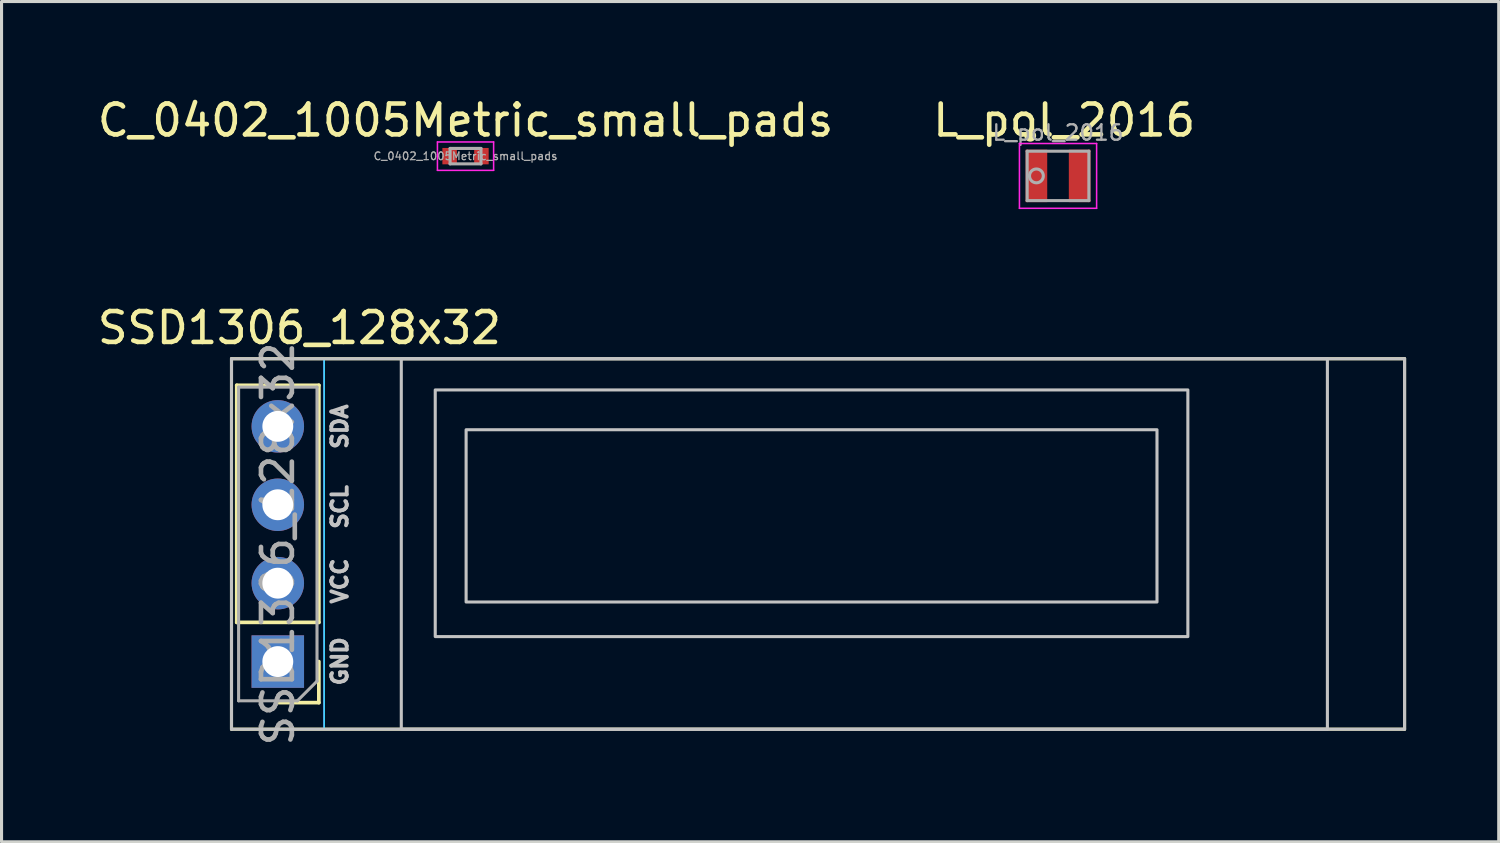
<source format=kicad_pcb>
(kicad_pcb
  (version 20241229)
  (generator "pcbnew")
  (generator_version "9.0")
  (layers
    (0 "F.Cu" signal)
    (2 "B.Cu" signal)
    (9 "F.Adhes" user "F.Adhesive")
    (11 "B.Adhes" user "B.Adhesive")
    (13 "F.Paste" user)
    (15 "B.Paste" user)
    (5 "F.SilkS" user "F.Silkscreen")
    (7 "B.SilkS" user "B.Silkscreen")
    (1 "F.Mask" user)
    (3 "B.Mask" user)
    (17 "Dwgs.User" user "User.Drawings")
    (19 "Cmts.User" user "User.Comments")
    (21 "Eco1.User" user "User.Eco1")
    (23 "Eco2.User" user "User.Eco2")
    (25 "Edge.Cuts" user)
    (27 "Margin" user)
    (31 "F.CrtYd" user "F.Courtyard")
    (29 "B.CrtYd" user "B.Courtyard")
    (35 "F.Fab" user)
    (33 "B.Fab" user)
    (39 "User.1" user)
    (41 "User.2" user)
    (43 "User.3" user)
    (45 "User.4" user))
  (footprint "C_0402_1005Metric_small_pads"
    (layer "F.Cu")
    (at 12.03 2.008)
    (property "Reference" "C_0402_1005Metric_small_pads" (at 0 -1.16 0) (layer "F.SilkS") (effects (font (size 1 1) (thickness 0.15))))
    (attr smd)
    (fp_line (start -0.91 -0.46) (end 0.91 -0.46) (stroke (width 0.05) (type solid)) (layer "F.CrtYd"))
    (fp_line (start -0.91 0.46) (end -0.91 -0.46) (stroke (width 0.05) (type solid)) (layer "F.CrtYd"))
    (fp_line (start 0.91 -0.46) (end 0.91 0.46) (stroke (width 0.05) (type solid)) (layer "F.CrtYd"))
    (fp_line (start 0.91 0.46) (end -0.91 0.46) (stroke (width 0.05) (type solid)) (layer "F.CrtYd"))
    (fp_line (start -0.5 -0.25) (end 0.5 -0.25) (stroke (width 0.1) (type solid)) (layer "F.Fab"))
    (fp_line (start -0.5 0.25) (end -0.5 -0.25) (stroke (width 0.1) (type solid)) (layer "F.Fab"))
    (fp_line (start 0.5 -0.25) (end 0.5 0.25) (stroke (width 0.1) (type solid)) (layer "F.Fab"))
    (fp_line (start 0.5 0.25) (end -0.5 0.25) (stroke (width 0.1) (type solid)) (layer "F.Fab"))
    (fp_text user "${REFERENCE}" (at 0 0 0) (layer "F.Fab") (effects (font (size 0.25 0.25) (thickness 0.04))))
    (pad "1" smd rect (at -0.515 0) (size 0.47 0.53) (layers "F.Cu" "F.Mask" "F.Paste"))
    (pad "2" smd rect (at 0.515 0) (size 0.47 0.53) (layers "F.Cu" "F.Mask" "F.Paste")))
  (footprint "L_pol_2016"
    (layer "F.Cu")
    (at 31.223 2.648)
    (property "Reference" "L_pol_2016" (at 0.2 -1.8 0) (layer "F.SilkS") (effects (font (size 1 1) (thickness 0.15))))
    (attr smd)
    (fp_circle (center -0.9 -1.3) (end -0.759 -1.3) (stroke (width 0.1) (type solid)) (fill yes) (layer "F.SilkS"))
    (fp_line (start -1.25 -1.05) (end -1.25 1.05) (stroke (width 0.05) (type solid)) (layer "F.CrtYd"))
    (fp_line (start -1.25 1.05) (end 1.25 1.05) (stroke (width 0.05) (type solid)) (layer "F.CrtYd"))
    (fp_line (start 1.25 -1.05) (end -1.25 -1.05) (stroke (width 0.05) (type solid)) (layer "F.CrtYd"))
    (fp_line (start 1.25 1.05) (end 1.25 -1.05) (stroke (width 0.05) (type solid)) (layer "F.CrtYd"))
    (fp_line (start -1 -0.8) (end -1 0.8) (stroke (width 0.1) (type solid)) (layer "F.Fab"))
    (fp_line (start -1 0.8) (end 1 0.8) (stroke (width 0.1) (type solid)) (layer "F.Fab"))
    (fp_line (start 1 -0.8) (end -1 -0.8) (stroke (width 0.1) (type solid)) (layer "F.Fab"))
    (fp_line (start 1 0.8) (end 1 -0.8) (stroke (width 0.1) (type solid)) (layer "F.Fab"))
    (fp_circle (center -0.7 0) (end -0.476 0) (stroke (width 0.1) (type solid)) (fill no) (layer "F.Fab"))
    (fp_text user "${REFERENCE}" (at 0 -1.4 0) (layer "F.Fab") (effects (font (size 0.5 0.5) (thickness 0.075))))
    (pad "1" smd rect (at -0.7 0) (size 0.7 1.7) (layers "F.Cu" "F.Mask" "F.Paste"))
    (pad "2" smd rect (at 0.7 0) (size 0.7 1.7) (layers "F.Cu" "F.Mask" "F.Paste")))
  (footprint "SSD1306_128x32"
    (layer "F.Cu")
    (at 5.949 14.671)
    (property "Reference" "SSD1306_128x32" (at 0.7 -7.1 180) (layer "F.SilkS") (effects (font (size 1 1) (thickness 0.15))))
    (attr through_hole)
    (fp_line (start -1.5 -6.1) (end -1.5 5.9) (stroke (width 0.1) (type default)) (layer "F.SilkS"))
    (fp_line (start -1.5 -6.1) (end 36.5 -6.1) (stroke (width 0.1) (type default)) (layer "F.SilkS"))
    (fp_line (start -1.33 2.44) (end -1.33 -5.24) (stroke (width 0.12) (type solid)) (layer "F.SilkS"))
    (fp_line (start 0 5.9) (end -1.5 5.9) (stroke (width 0.1) (type default)) (layer "F.SilkS"))
    (fp_line (start 0 5.9) (end 36.5 5.9) (stroke (width 0.1) (type default)) (layer "F.SilkS"))
    (fp_line (start 1.33 -5.24) (end -1.33 -5.24) (stroke (width 0.12) (type solid)) (layer "F.SilkS"))
    (fp_line (start 1.33 2.44) (end -1.33 2.44) (stroke (width 0.12) (type solid)) (layer "F.SilkS"))
    (fp_line (start 1.33 2.44) (end 1.33 -5.24) (stroke (width 0.12) (type solid)) (layer "F.SilkS"))
    (fp_line (start 1.33 3.71) (end 1.33 5.04) (stroke (width 0.12) (type solid)) (layer "F.SilkS"))
    (fp_line (start 1.33 5.04) (end 0 5.04) (stroke (width 0.12) (type solid)) (layer "F.SilkS"))
    (fp_line (start 36.5 -6.1) (end 36.5 5.9) (stroke (width 0.1) (type default)) (layer "F.SilkS"))
    (fp_line (start -1.5 -6.1) (end -1.5 5.9) (stroke (width 0.1) (type default)) (layer "Dwgs.User"))
    (fp_line (start -1.5 -6.1) (end 36.5 -6.1) (stroke (width 0.1) (type default)) (layer "Dwgs.User"))
    (fp_line (start 0 5.9) (end -1.5 5.9) (stroke (width 0.1) (type default)) (layer "Dwgs.User"))
    (fp_line (start 0 5.9) (end 36.5 5.9) (stroke (width 0.1) (type default)) (layer "Dwgs.User"))
    (fp_line (start 36.5 -6.1) (end 36.5 5.9) (stroke (width 0.1) (type default)) (layer "Dwgs.User"))
    (fp_rect (start 4 -6.1) (end 34 5.9) (stroke (width 0.1) (type default)) (fill no) (layer "Dwgs.User"))
    (fp_rect (start 5.1 -5.09) (end 29.48 2.9) (stroke (width 0.1) (type default)) (fill no) (layer "Dwgs.User"))
    (fp_rect (start 6.1 -3.8) (end 28.48 1.78) (stroke (width 0.1) (type solid)) (fill no) (layer "Dwgs.User"))
    (fp_rect (start -1.5 -6.1) (end 1.5 5.9) (stroke (width 0.05) (type default)) (fill no) (layer "B.CrtYd"))
    (fp_line (start -1.5 -6.1) (end 1.5 -6.1) (stroke (width 0.05) (type default)) (layer "F.CrtYd"))
    (fp_line (start -1.5 5.9) (end -1.5 -6.1) (stroke (width 0.05) (type default)) (layer "F.CrtYd"))
    (fp_line (start 1.5 -6.1) (end 1.5 5.9) (stroke (width 0.05) (type default)) (layer "F.CrtYd"))
    (fp_line (start 1.5 5.9) (end -1.5 5.9) (stroke (width 0.05) (type default)) (layer "F.CrtYd"))
    (fp_line (start -1.27 -5.18) (end 1.27 -5.18) (stroke (width 0.1) (type solid)) (layer "F.Fab"))
    (fp_line (start -1.27 4.98) (end -1.27 -5.18) (stroke (width 0.1) (type solid)) (layer "F.Fab"))
    (fp_line (start 0.635 4.98) (end -1.27 4.98) (stroke (width 0.1) (type solid)) (layer "F.Fab"))
    (fp_line (start 1.27 -5.18) (end 1.27 4.345) (stroke (width 0.1) (type solid)) (layer "F.Fab"))
    (fp_line (start 1.27 4.345) (end 0.635 4.98) (stroke (width 0.1) (type solid)) (layer "F.Fab"))
    (fp_text user "SDA" (at 2.3 -3.9 90) (unlocked yes) (layer "Dwgs.User") (effects (font (size 0.5 0.5) (thickness 0.125)) (justify bottom)))
    (fp_text user "VCC" (at 2.3 1.1 90) (unlocked yes) (layer "Dwgs.User") (effects (font (size 0.5 0.5) (thickness 0.125)) (justify bottom)))
    (fp_text user "GND" (at 2.3 3.7 90) (unlocked yes) (layer "Dwgs.User") (effects (font (size 0.5 0.5) (thickness 0.125)) (justify bottom)))
    (fp_text user "SCL" (at 2.3 -1.3 90) (unlocked yes) (layer "Dwgs.User") (effects (font (size 0.5 0.5) (thickness 0.125)) (justify bottom)))
    (fp_text user "${REFERENCE}" (at 0 -0.1 270) (layer "F.Fab") (effects (font (size 1 1) (thickness 0.15))))
    (pad "1" thru_hole rect (at 0 3.71 180) (size 1.7 1.7) (drill 1) (layers "*.Cu" "*.Mask"))
    (pad "2" thru_hole oval (at 0 1.17 180) (size 1.7 1.7) (drill 1) (layers "*.Cu" "*.Mask"))
    (pad "3" thru_hole oval (at 0 -1.37 180) (size 1.7 1.7) (drill 1) (layers "*.Cu" "*.Mask"))
    (pad "4" thru_hole oval (at 0 -3.91 180) (size 1.7 1.7) (drill 1) (layers "*.Cu" "*.Mask")))
  (gr_rect
    (start -3 -3)
    (end 45.499 24.22)
    (stroke (width 0.1) (type default))
    (fill no)
    (layer "Edge.Cuts")))
</source>
